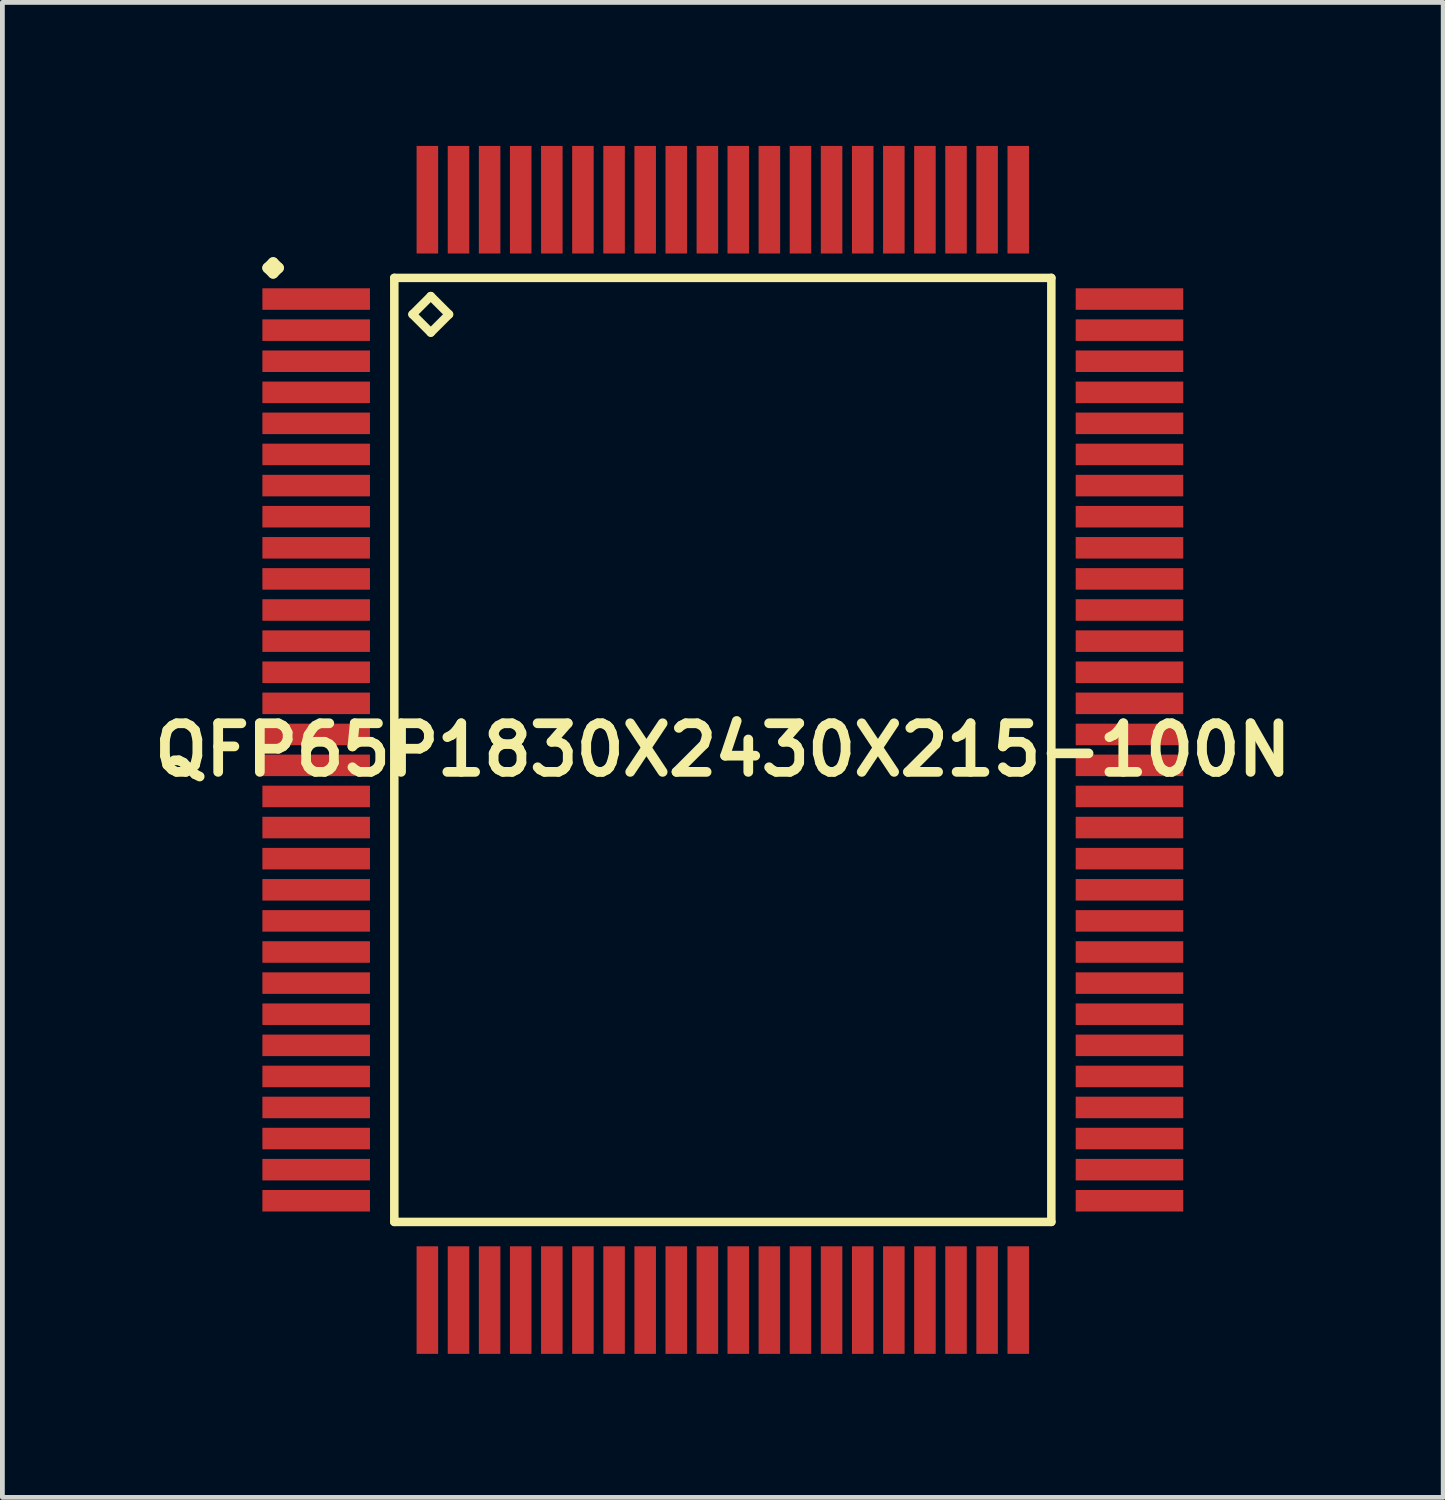
<source format=kicad_pcb>
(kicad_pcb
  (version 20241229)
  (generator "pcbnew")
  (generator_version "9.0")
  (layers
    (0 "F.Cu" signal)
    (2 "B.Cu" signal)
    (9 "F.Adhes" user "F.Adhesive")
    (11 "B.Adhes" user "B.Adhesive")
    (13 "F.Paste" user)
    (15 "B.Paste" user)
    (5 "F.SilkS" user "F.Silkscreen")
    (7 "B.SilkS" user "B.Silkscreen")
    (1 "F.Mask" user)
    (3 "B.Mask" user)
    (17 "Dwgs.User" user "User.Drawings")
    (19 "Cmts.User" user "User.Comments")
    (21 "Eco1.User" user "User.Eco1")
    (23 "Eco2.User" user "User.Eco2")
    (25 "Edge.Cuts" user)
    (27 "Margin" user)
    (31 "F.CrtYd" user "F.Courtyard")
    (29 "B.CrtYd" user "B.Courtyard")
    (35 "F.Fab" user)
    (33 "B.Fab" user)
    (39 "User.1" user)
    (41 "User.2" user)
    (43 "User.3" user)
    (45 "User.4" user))
  (footprint "QFP65P1830X2430X215-100N"
    (layer "F.Cu")
    (at 12.057 12.623)
    (property "Reference" "QFP65P1830X2430X215-100N" (at 0 0 0) (layer "F.SilkS") (effects (font (size 1.016 1.016) (thickness 0.203))))
    (attr smd)
    (fp_line (start -9.512 -10.074) (end -9.398 -10.185) (stroke (width 0.224) (type solid)) (layer "F.SilkS"))
    (fp_line (start -9.398 -10.185) (end -9.286 -10.074) (stroke (width 0.224) (type solid)) (layer "F.SilkS"))
    (fp_line (start -9.398 -9.962) (end -9.512 -10.074) (stroke (width 0.224) (type solid)) (layer "F.SilkS"))
    (fp_line (start -9.286 -10.074) (end -9.398 -9.962) (stroke (width 0.224) (type solid)) (layer "F.SilkS"))
    (fp_line (start -6.866 -9.865) (end -6.866 9.865) (stroke (width 0.178) (type solid)) (layer "F.SilkS"))
    (fp_line (start -6.866 9.865) (end 6.866 9.865) (stroke (width 0.178) (type solid)) (layer "F.SilkS"))
    (fp_line (start -6.485 -9.103) (end -6.104 -9.484) (stroke (width 0.178) (type solid)) (layer "F.SilkS"))
    (fp_line (start -6.104 -9.484) (end -5.723 -9.103) (stroke (width 0.178) (type solid)) (layer "F.SilkS"))
    (fp_line (start -6.104 -8.722) (end -6.485 -9.103) (stroke (width 0.178) (type solid)) (layer "F.SilkS"))
    (fp_line (start -5.723 -9.103) (end -6.104 -8.722) (stroke (width 0.178) (type solid)) (layer "F.SilkS"))
    (fp_line (start 6.866 -9.865) (end -6.866 -9.865) (stroke (width 0.178) (type solid)) (layer "F.SilkS"))
    (fp_line (start 6.866 9.865) (end 6.866 -9.865) (stroke (width 0.178) (type solid)) (layer "F.SilkS"))
    (pad "1" smd rect (at -8.499 -9.423) (size 2.248 0.45) (layers "F.Cu" "F.Mask" "F.Paste"))
    (pad "2" smd rect (at -8.499 -8.773) (size 2.248 0.45) (layers "F.Cu" "F.Mask" "F.Paste"))
    (pad "3" smd rect (at -8.499 -8.123) (size 2.248 0.45) (layers "F.Cu" "F.Mask" "F.Paste"))
    (pad "4" smd rect (at -8.499 -7.473) (size 2.248 0.45) (layers "F.Cu" "F.Mask" "F.Paste"))
    (pad "5" smd rect (at -8.499 -6.825) (size 2.248 0.45) (layers "F.Cu" "F.Mask" "F.Paste"))
    (pad "6" smd rect (at -8.499 -6.175) (size 2.248 0.45) (layers "F.Cu" "F.Mask" "F.Paste"))
    (pad "7" smd rect (at -8.499 -5.524) (size 2.248 0.45) (layers "F.Cu" "F.Mask" "F.Paste"))
    (pad "8" smd rect (at -8.499 -4.874) (size 2.248 0.45) (layers "F.Cu" "F.Mask" "F.Paste"))
    (pad "9" smd rect (at -8.499 -4.224) (size 2.248 0.45) (layers "F.Cu" "F.Mask" "F.Paste"))
    (pad "10" smd rect (at -8.499 -3.574) (size 2.248 0.45) (layers "F.Cu" "F.Mask" "F.Paste"))
    (pad "11" smd rect (at -8.499 -2.924) (size 2.248 0.45) (layers "F.Cu" "F.Mask" "F.Paste"))
    (pad "12" smd rect (at -8.499 -2.273) (size 2.248 0.45) (layers "F.Cu" "F.Mask" "F.Paste"))
    (pad "13" smd rect (at -8.499 -1.623) (size 2.248 0.45) (layers "F.Cu" "F.Mask" "F.Paste"))
    (pad "14" smd rect (at -8.499 -0.973) (size 2.248 0.45) (layers "F.Cu" "F.Mask" "F.Paste"))
    (pad "15" smd rect (at -8.499 -0.323) (size 2.248 0.45) (layers "F.Cu" "F.Mask" "F.Paste"))
    (pad "16" smd rect (at -8.499 0.323) (size 2.248 0.45) (layers "F.Cu" "F.Mask" "F.Paste"))
    (pad "17" smd rect (at -8.499 0.973) (size 2.248 0.45) (layers "F.Cu" "F.Mask" "F.Paste"))
    (pad "18" smd rect (at -8.499 1.623) (size 2.248 0.45) (layers "F.Cu" "F.Mask" "F.Paste"))
    (pad "19" smd rect (at -8.499 2.273) (size 2.248 0.45) (layers "F.Cu" "F.Mask" "F.Paste"))
    (pad "20" smd rect (at -8.499 2.924) (size 2.248 0.45) (layers "F.Cu" "F.Mask" "F.Paste"))
    (pad "21" smd rect (at -8.499 3.574) (size 2.248 0.45) (layers "F.Cu" "F.Mask" "F.Paste"))
    (pad "22" smd rect (at -8.499 4.224) (size 2.248 0.45) (layers "F.Cu" "F.Mask" "F.Paste"))
    (pad "23" smd rect (at -8.499 4.874) (size 2.248 0.45) (layers "F.Cu" "F.Mask" "F.Paste"))
    (pad "24" smd rect (at -8.499 5.524) (size 2.248 0.45) (layers "F.Cu" "F.Mask" "F.Paste"))
    (pad "25" smd rect (at -8.499 6.175) (size 2.248 0.45) (layers "F.Cu" "F.Mask" "F.Paste"))
    (pad "26" smd rect (at -8.499 6.825) (size 2.248 0.45) (layers "F.Cu" "F.Mask" "F.Paste"))
    (pad "27" smd rect (at -8.499 7.473) (size 2.248 0.45) (layers "F.Cu" "F.Mask" "F.Paste"))
    (pad "28" smd rect (at -8.499 8.123) (size 2.248 0.45) (layers "F.Cu" "F.Mask" "F.Paste"))
    (pad "29" smd rect (at -8.499 8.773) (size 2.248 0.45) (layers "F.Cu" "F.Mask" "F.Paste"))
    (pad "30" smd rect (at -8.499 9.423) (size 2.248 0.45) (layers "F.Cu" "F.Mask" "F.Paste"))
    (pad "31" smd rect (at -6.175 11.499) (size 0.45 2.248) (layers "F.Cu" "F.Mask" "F.Paste"))
    (pad "32" smd rect (at -5.524 11.499) (size 0.45 2.248) (layers "F.Cu" "F.Mask" "F.Paste"))
    (pad "33" smd rect (at -4.874 11.499) (size 0.45 2.248) (layers "F.Cu" "F.Mask" "F.Paste"))
    (pad "34" smd rect (at -4.224 11.499) (size 0.45 2.248) (layers "F.Cu" "F.Mask" "F.Paste"))
    (pad "35" smd rect (at -3.574 11.499) (size 0.45 2.248) (layers "F.Cu" "F.Mask" "F.Paste"))
    (pad "36" smd rect (at -2.924 11.499) (size 0.45 2.248) (layers "F.Cu" "F.Mask" "F.Paste"))
    (pad "37" smd rect (at -2.273 11.499) (size 0.45 2.248) (layers "F.Cu" "F.Mask" "F.Paste"))
    (pad "38" smd rect (at -1.623 11.499) (size 0.45 2.248) (layers "F.Cu" "F.Mask" "F.Paste"))
    (pad "39" smd rect (at -0.973 11.499) (size 0.45 2.248) (layers "F.Cu" "F.Mask" "F.Paste"))
    (pad "40" smd rect (at -0.323 11.499) (size 0.45 2.248) (layers "F.Cu" "F.Mask" "F.Paste"))
    (pad "41" smd rect (at 0.323 11.499) (size 0.45 2.248) (layers "F.Cu" "F.Mask" "F.Paste"))
    (pad "42" smd rect (at 0.973 11.499) (size 0.45 2.248) (layers "F.Cu" "F.Mask" "F.Paste"))
    (pad "43" smd rect (at 1.623 11.499) (size 0.45 2.248) (layers "F.Cu" "F.Mask" "F.Paste"))
    (pad "44" smd rect (at 2.273 11.499) (size 0.45 2.248) (layers "F.Cu" "F.Mask" "F.Paste"))
    (pad "45" smd rect (at 2.924 11.499) (size 0.45 2.248) (layers "F.Cu" "F.Mask" "F.Paste"))
    (pad "46" smd rect (at 3.574 11.499) (size 0.45 2.248) (layers "F.Cu" "F.Mask" "F.Paste"))
    (pad "47" smd rect (at 4.224 11.499) (size 0.45 2.248) (layers "F.Cu" "F.Mask" "F.Paste"))
    (pad "48" smd rect (at 4.874 11.499) (size 0.45 2.248) (layers "F.Cu" "F.Mask" "F.Paste"))
    (pad "49" smd rect (at 5.524 11.499) (size 0.45 2.248) (layers "F.Cu" "F.Mask" "F.Paste"))
    (pad "50" smd rect (at 6.175 11.499) (size 0.45 2.248) (layers "F.Cu" "F.Mask" "F.Paste"))
    (pad "51" smd rect (at 8.499 9.423) (size 2.248 0.45) (layers "F.Cu" "F.Mask" "F.Paste"))
    (pad "52" smd rect (at 8.499 8.773) (size 2.248 0.45) (layers "F.Cu" "F.Mask" "F.Paste"))
    (pad "53" smd rect (at 8.499 8.123) (size 2.248 0.45) (layers "F.Cu" "F.Mask" "F.Paste"))
    (pad "54" smd rect (at 8.499 7.473) (size 2.248 0.45) (layers "F.Cu" "F.Mask" "F.Paste"))
    (pad "55" smd rect (at 8.499 6.825) (size 2.248 0.45) (layers "F.Cu" "F.Mask" "F.Paste"))
    (pad "56" smd rect (at 8.499 6.175) (size 2.248 0.45) (layers "F.Cu" "F.Mask" "F.Paste"))
    (pad "57" smd rect (at 8.499 5.524) (size 2.248 0.45) (layers "F.Cu" "F.Mask" "F.Paste"))
    (pad "58" smd rect (at 8.499 4.874) (size 2.248 0.45) (layers "F.Cu" "F.Mask" "F.Paste"))
    (pad "59" smd rect (at 8.499 4.224) (size 2.248 0.45) (layers "F.Cu" "F.Mask" "F.Paste"))
    (pad "60" smd rect (at 8.499 3.574) (size 2.248 0.45) (layers "F.Cu" "F.Mask" "F.Paste"))
    (pad "61" smd rect (at 8.499 2.924) (size 2.248 0.45) (layers "F.Cu" "F.Mask" "F.Paste"))
    (pad "62" smd rect (at 8.499 2.273) (size 2.248 0.45) (layers "F.Cu" "F.Mask" "F.Paste"))
    (pad "63" smd rect (at 8.499 1.623) (size 2.248 0.45) (layers "F.Cu" "F.Mask" "F.Paste"))
    (pad "64" smd rect (at 8.499 0.973) (size 2.248 0.45) (layers "F.Cu" "F.Mask" "F.Paste"))
    (pad "65" smd rect (at 8.499 0.323) (size 2.248 0.45) (layers "F.Cu" "F.Mask" "F.Paste"))
    (pad "66" smd rect (at 8.499 -0.323) (size 2.248 0.45) (layers "F.Cu" "F.Mask" "F.Paste"))
    (pad "67" smd rect (at 8.499 -0.973) (size 2.248 0.45) (layers "F.Cu" "F.Mask" "F.Paste"))
    (pad "68" smd rect (at 8.499 -1.623) (size 2.248 0.45) (layers "F.Cu" "F.Mask" "F.Paste"))
    (pad "69" smd rect (at 8.499 -2.273) (size 2.248 0.45) (layers "F.Cu" "F.Mask" "F.Paste"))
    (pad "70" smd rect (at 8.499 -2.924) (size 2.248 0.45) (layers "F.Cu" "F.Mask" "F.Paste"))
    (pad "71" smd rect (at 8.499 -3.574) (size 2.248 0.45) (layers "F.Cu" "F.Mask" "F.Paste"))
    (pad "72" smd rect (at 8.499 -4.224) (size 2.248 0.45) (layers "F.Cu" "F.Mask" "F.Paste"))
    (pad "73" smd rect (at 8.499 -4.874) (size 2.248 0.45) (layers "F.Cu" "F.Mask" "F.Paste"))
    (pad "74" smd rect (at 8.499 -5.524) (size 2.248 0.45) (layers "F.Cu" "F.Mask" "F.Paste"))
    (pad "75" smd rect (at 8.499 -6.175) (size 2.248 0.45) (layers "F.Cu" "F.Mask" "F.Paste"))
    (pad "76" smd rect (at 8.499 -6.825) (size 2.248 0.45) (layers "F.Cu" "F.Mask" "F.Paste"))
    (pad "77" smd rect (at 8.499 -7.473) (size 2.248 0.45) (layers "F.Cu" "F.Mask" "F.Paste"))
    (pad "78" smd rect (at 8.499 -8.123) (size 2.248 0.45) (layers "F.Cu" "F.Mask" "F.Paste"))
    (pad "79" smd rect (at 8.499 -8.773) (size 2.248 0.45) (layers "F.Cu" "F.Mask" "F.Paste"))
    (pad "80" smd rect (at 8.499 -9.423) (size 2.248 0.45) (layers "F.Cu" "F.Mask" "F.Paste"))
    (pad "81" smd rect (at 6.175 -11.499) (size 0.45 2.248) (layers "F.Cu" "F.Mask" "F.Paste"))
    (pad "82" smd rect (at 5.524 -11.499) (size 0.45 2.248) (layers "F.Cu" "F.Mask" "F.Paste"))
    (pad "83" smd rect (at 4.874 -11.499) (size 0.45 2.248) (layers "F.Cu" "F.Mask" "F.Paste"))
    (pad "84" smd rect (at 4.224 -11.499) (size 0.45 2.248) (layers "F.Cu" "F.Mask" "F.Paste"))
    (pad "85" smd rect (at 3.574 -11.499) (size 0.45 2.248) (layers "F.Cu" "F.Mask" "F.Paste"))
    (pad "86" smd rect (at 2.924 -11.499) (size 0.45 2.248) (layers "F.Cu" "F.Mask" "F.Paste"))
    (pad "87" smd rect (at 2.273 -11.499) (size 0.45 2.248) (layers "F.Cu" "F.Mask" "F.Paste"))
    (pad "88" smd rect (at 1.623 -11.499) (size 0.45 2.248) (layers "F.Cu" "F.Mask" "F.Paste"))
    (pad "89" smd rect (at 0.973 -11.499) (size 0.45 2.248) (layers "F.Cu" "F.Mask" "F.Paste"))
    (pad "90" smd rect (at 0.323 -11.499) (size 0.45 2.248) (layers "F.Cu" "F.Mask" "F.Paste"))
    (pad "91" smd rect (at -0.323 -11.499) (size 0.45 2.248) (layers "F.Cu" "F.Mask" "F.Paste"))
    (pad "92" smd rect (at -0.973 -11.499) (size 0.45 2.248) (layers "F.Cu" "F.Mask" "F.Paste"))
    (pad "93" smd rect (at -1.623 -11.499) (size 0.45 2.248) (layers "F.Cu" "F.Mask" "F.Paste"))
    (pad "94" smd rect (at -2.273 -11.499) (size 0.45 2.248) (layers "F.Cu" "F.Mask" "F.Paste"))
    (pad "95" smd rect (at -2.924 -11.499) (size 0.45 2.248) (layers "F.Cu" "F.Mask" "F.Paste"))
    (pad "96" smd rect (at -3.574 -11.499) (size 0.45 2.248) (layers "F.Cu" "F.Mask" "F.Paste"))
    (pad "97" smd rect (at -4.224 -11.499) (size 0.45 2.248) (layers "F.Cu" "F.Mask" "F.Paste"))
    (pad "98" smd rect (at -4.874 -11.499) (size 0.45 2.248) (layers "F.Cu" "F.Mask" "F.Paste"))
    (pad "99" smd rect (at -5.524 -11.499) (size 0.45 2.248) (layers "F.Cu" "F.Mask" "F.Paste"))
    (pad "100" smd rect (at -6.175 -11.499) (size 0.45 2.248) (layers "F.Cu" "F.Mask" "F.Paste")))
  (gr_rect
    (start -3 -3)
    (end 27.113 28.245)
    (stroke (width 0.1) (type default))
    (fill no)
    (layer "Edge.Cuts")))
</source>
